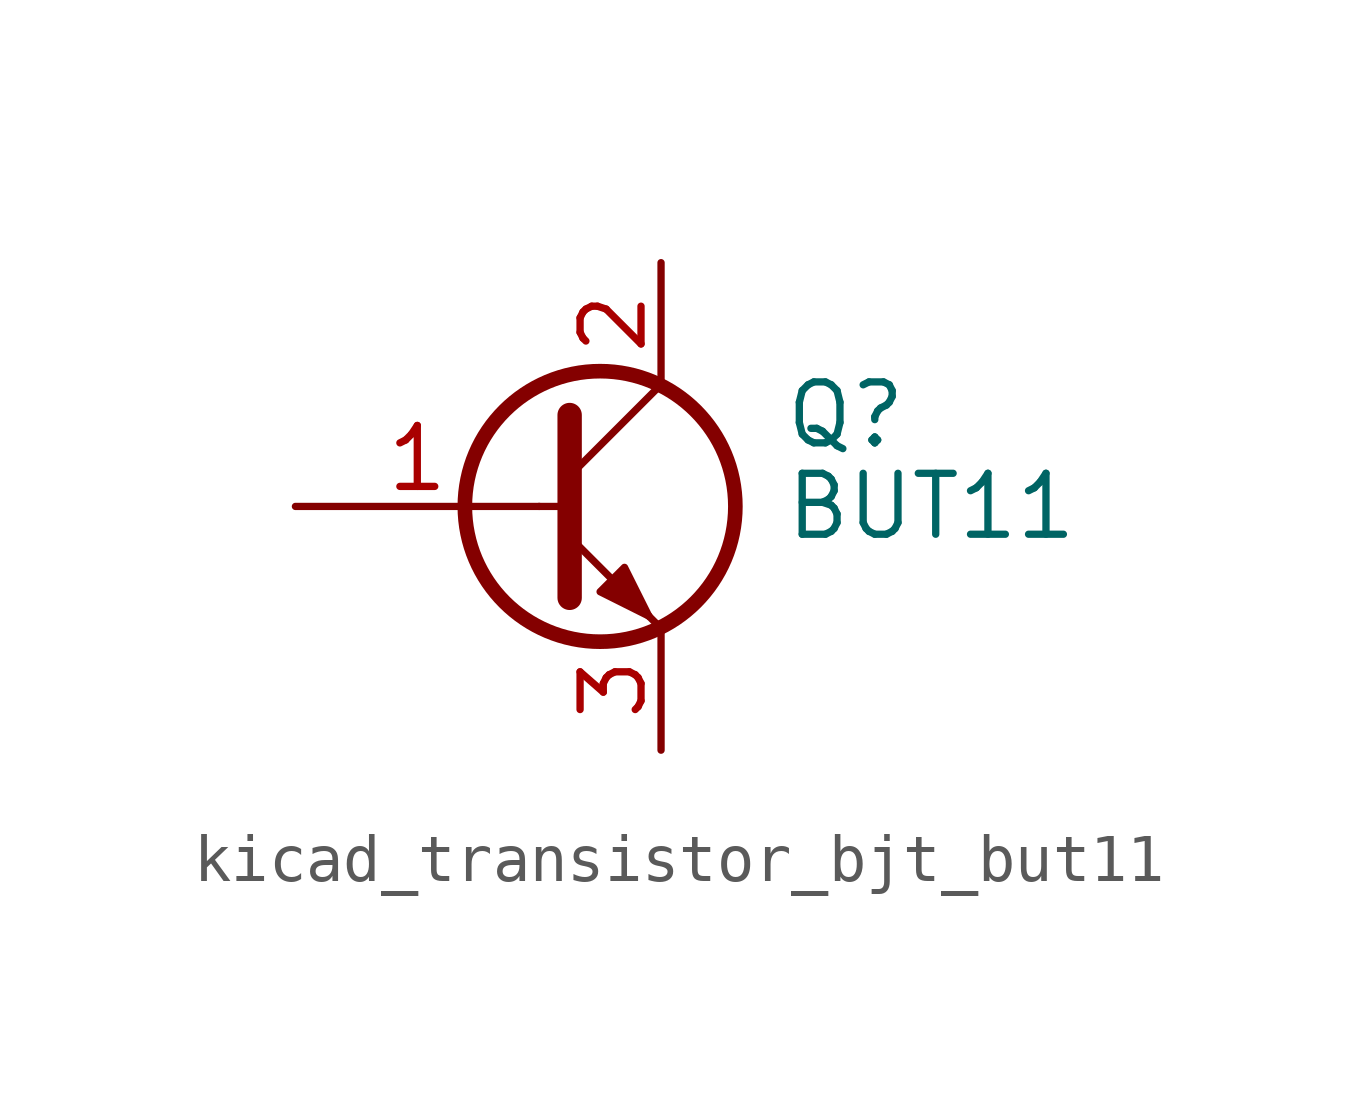
<source format=kicad_sym>
(kicad_symbol_lib
  (version 20220914)
  (generator kicad_symbol_editor)
  (symbol "kicad_transistor_bjt_but11"
    (pin_names
      (offset 0) hide)
    (property "Reference" "Q"
      (at 5.08 1.905 0)
      (effects (font (size 1.27 1.27)) (justify left)))
    (property "Value" "BUT11"
      (at 5.08 0 0)
      (effects (font (size 1.27 1.27)) (justify left)))
    (symbol "kicad_transistor_bjt_but11_0_1"
      (polyline (pts (xy 0 0) (xy 0.635 0)) (stroke (width 0) (type default)) (fill (type none)))
      (polyline (pts (xy 2.54 -2.54) (xy 0.635 -0.635)) (stroke (width 0) (type default)) (fill (type none)))
      (polyline (pts (xy 2.54 2.54) (xy 0.635 0.635)) (stroke (width 0) (type default)) (fill (type none)))
      (polyline (pts (xy 0.635 1.905) (xy 0.635 -1.905) (xy 0.635 -1.905)) (stroke (width 0.508) (type default)) (fill (type none)))
      (polyline (pts (xy 2.286 -2.286) (xy 1.778 -1.778) (xy 1.778 -1.778)) (stroke (width 0) (type default)) (fill (type none)))
      (polyline (pts (xy 1.27 -1.778) (xy 1.778 -1.27) (xy 2.286 -2.286) (xy 1.27 -1.778) (xy 1.27 -1.778)) (stroke (width 0) (type default)) (fill (type outline)))
      (circle (center 1.27 0) (radius 2.819) (stroke (width 0.305) (type default)) (fill (type none))))
    (symbol "kicad_transistor_bjt_but11_1_1"
      (pin input line (at -5.08 0 0) (length 5.08) (name "B" (effects (font (size 1.27 1.27)))) (number "1" (effects (font (size 1.27 1.27)))))
      (pin passive line (at 2.54 5.08 270) (length 2.54) (name "C" (effects (font (size 1.27 1.27)))) (number "2" (effects (font (size 1.27 1.27)))))
      (pin passive line (at 2.54 -5.08 90) (length 2.54) (name "E" (effects (font (size 1.27 1.27)))) (number "3" (effects (font (size 1.27 1.27))))))))
</source>
